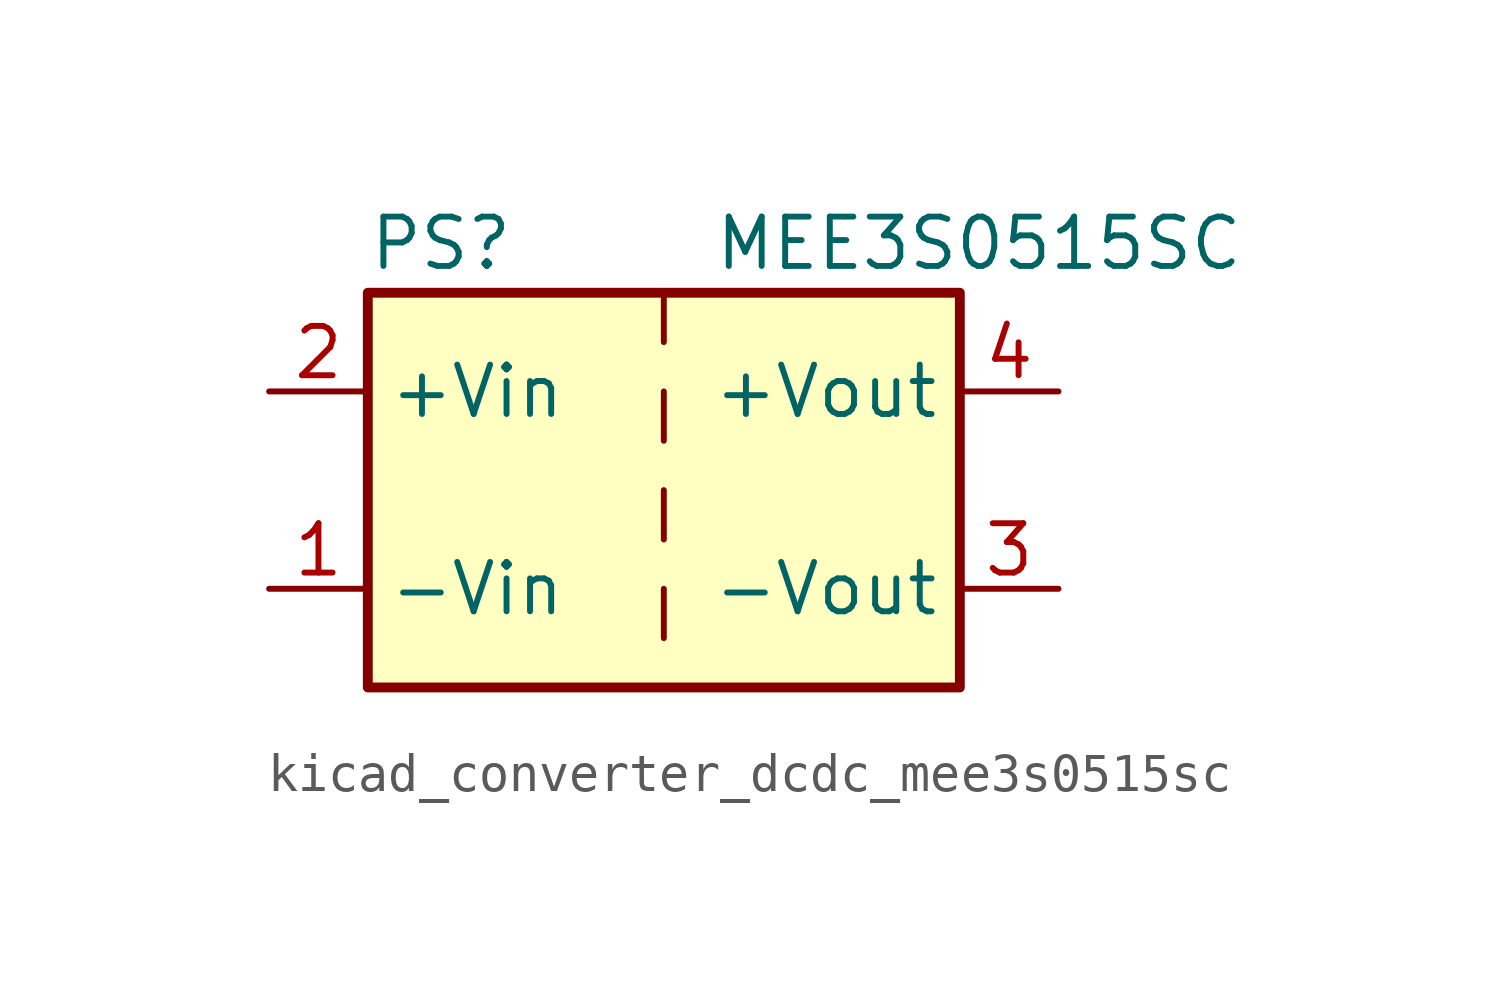
<source format=kicad_sym>
(kicad_symbol_lib
  (version 20220914)
  (generator kicad_symbol_editor)
  (symbol "kicad_converter_dcdc_mee3s0515sc"
    (property "Reference" "PS"
      (at -7.62 6.35 0)
      (effects (font (size 1.27 1.27)) (justify left)))
    (property "Value" "MEE3S0515SC"
      (at 1.27 6.35 0)
      (effects (font (size 1.27 1.27)) (justify left)))
    (symbol "kicad_converter_dcdc_mee3s0515sc_0_0"
      (pin power_in line (at -10.16 -2.54 0) (length 2.54) (name "-Vin" (effects (font (size 1.27 1.27)))) (number "1" (effects (font (size 1.27 1.27)))))
      (pin power_in line (at -10.16 2.54 0) (length 2.54) (name "+Vin" (effects (font (size 1.27 1.27)))) (number "2" (effects (font (size 1.27 1.27)))))
      (pin power_out line (at 10.16 -2.54 180) (length 2.54) (name "-Vout" (effects (font (size 1.27 1.27)))) (number "3" (effects (font (size 1.27 1.27)))))
      (pin power_out line (at 10.16 2.54 180) (length 2.54) (name "+Vout" (effects (font (size 1.27 1.27)))) (number "4" (effects (font (size 1.27 1.27))))))
    (symbol "kicad_converter_dcdc_mee3s0515sc_0_1"
      (rectangle (start -7.62 5.08) (end 7.62 -5.08) (stroke (width 0.254) (type default)) (fill (type background)))
      (polyline (pts (xy 0 -2.54) (xy 0 -3.81)) (stroke (width 0) (type default)) (fill (type none)))
      (polyline (pts (xy 0 0) (xy 0 -1.27)) (stroke (width 0) (type default)) (fill (type none)))
      (polyline (pts (xy 0 2.54) (xy 0 1.27)) (stroke (width 0) (type default)) (fill (type none)))
      (polyline (pts (xy 0 5.08) (xy 0 3.81)) (stroke (width 0) (type default)) (fill (type none))))))
</source>
